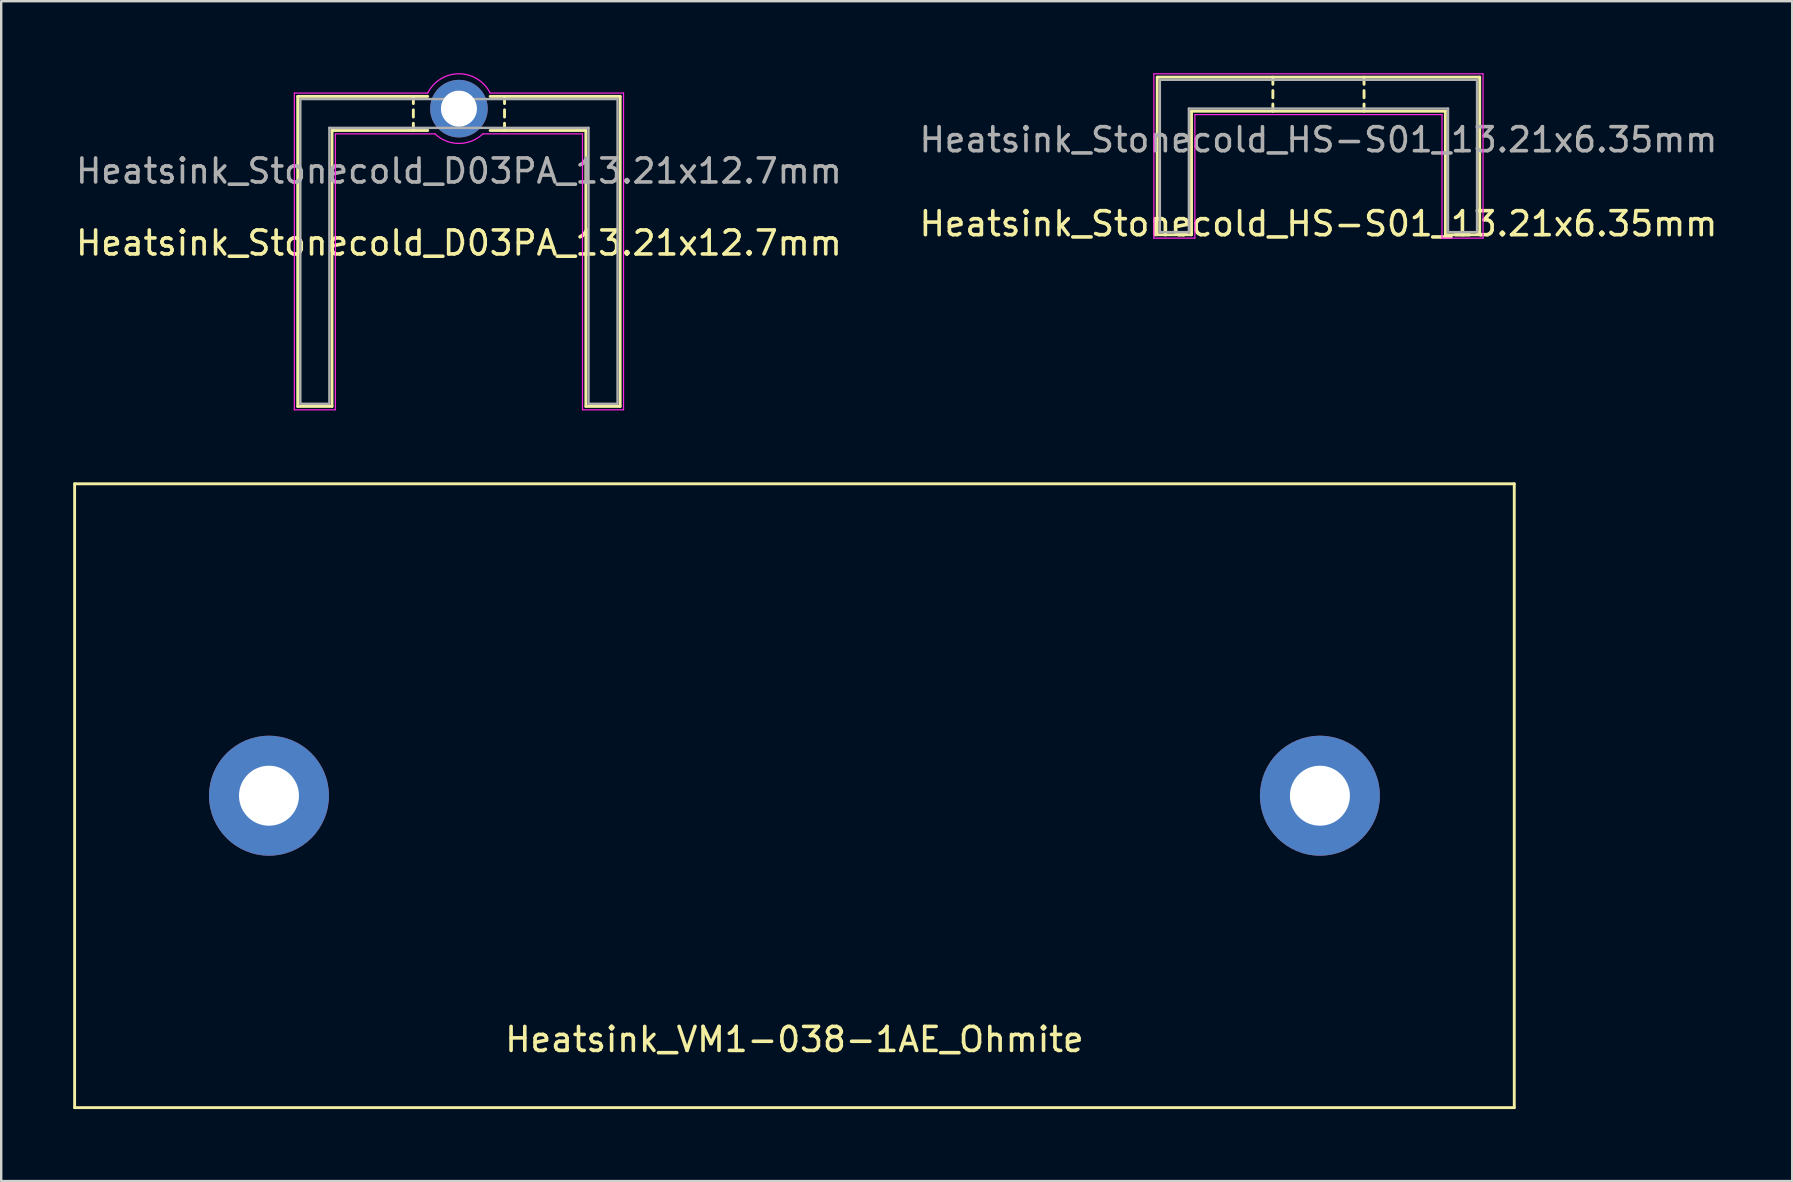
<source format=kicad_pcb>
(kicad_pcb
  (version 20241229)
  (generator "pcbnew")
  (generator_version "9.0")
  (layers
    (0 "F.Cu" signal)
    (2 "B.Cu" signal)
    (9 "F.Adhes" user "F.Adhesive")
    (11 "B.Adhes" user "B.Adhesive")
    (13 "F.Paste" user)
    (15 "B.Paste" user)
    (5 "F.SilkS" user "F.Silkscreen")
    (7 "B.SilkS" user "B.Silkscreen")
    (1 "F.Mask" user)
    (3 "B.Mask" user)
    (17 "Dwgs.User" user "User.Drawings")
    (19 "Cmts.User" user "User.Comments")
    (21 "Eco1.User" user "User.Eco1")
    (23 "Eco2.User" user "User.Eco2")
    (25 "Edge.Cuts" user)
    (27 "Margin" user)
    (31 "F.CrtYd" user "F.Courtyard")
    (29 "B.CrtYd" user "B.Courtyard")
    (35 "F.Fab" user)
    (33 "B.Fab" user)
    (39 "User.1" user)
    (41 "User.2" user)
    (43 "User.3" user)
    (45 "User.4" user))
  (footprint "Heatsink_Stonecold_D03PA_13.21x12.7mm"
    (layer "F.Cu")
    (at 16.077 1.478)
    (property "Reference" "Heatsink_Stonecold_D03PA_13.21x12.7mm" (at 0 5.6 0) (layer "F.SilkS") (effects (font (size 1 1) (thickness 0.15))))
    (attr through_hole)
    (fp_line (start -6.72 -0.51) (end -6.72 12.41) (stroke (width 0.12) (type solid)) (layer "F.SilkS"))
    (fp_line (start -6.72 -0.51) (end -1.3 -0.51) (stroke (width 0.12) (type solid)) (layer "F.SilkS"))
    (fp_line (start -6.72 12.41) (end -5.29 12.41) (stroke (width 0.12) (type solid)) (layer "F.SilkS"))
    (fp_line (start -5.29 0.91) (end -1.3 0.91) (stroke (width 0.12) (type solid)) (layer "F.SilkS"))
    (fp_line (start -5.29 12.41) (end -5.29 0.91) (stroke (width 0.12) (type solid)) (layer "F.SilkS"))
    (fp_line (start -1.9 -0.51) (end -1.9 -0.21) (stroke (width 0.12) (type solid)) (layer "F.SilkS"))
    (fp_line (start -1.9 0.05) (end -1.9 0.35) (stroke (width 0.12) (type solid)) (layer "F.SilkS"))
    (fp_line (start -1.9 0.61) (end -1.9 0.91) (stroke (width 0.12) (type solid)) (layer "F.SilkS"))
    (fp_line (start 1.3 -0.51) (end 6.72 -0.51) (stroke (width 0.12) (type solid)) (layer "F.SilkS"))
    (fp_line (start 1.3 0.91) (end 5.29 0.91) (stroke (width 0.12) (type solid)) (layer "F.SilkS"))
    (fp_line (start 1.9 -0.51) (end 1.9 -0.21) (stroke (width 0.12) (type solid)) (layer "F.SilkS"))
    (fp_line (start 1.9 0.05) (end 1.9 0.35) (stroke (width 0.12) (type solid)) (layer "F.SilkS"))
    (fp_line (start 1.9 0.61) (end 1.9 0.91) (stroke (width 0.12) (type solid)) (layer "F.SilkS"))
    (fp_line (start 5.29 0.91) (end 5.29 12.41) (stroke (width 0.12) (type solid)) (layer "F.SilkS"))
    (fp_line (start 5.29 12.41) (end 6.72 12.41) (stroke (width 0.12) (type solid)) (layer "F.SilkS"))
    (fp_line (start 6.72 -0.51) (end 6.72 12.41) (stroke (width 0.12) (type solid)) (layer "F.SilkS"))
    (fp_line (start -6.86 -0.65) (end -6.86 12.55) (stroke (width 0.05) (type solid)) (layer "F.CrtYd"))
    (fp_line (start -6.86 -0.65) (end -1.3 -0.65) (stroke (width 0.05) (type solid)) (layer "F.CrtYd"))
    (fp_line (start -6.86 12.55) (end -5.15 12.55) (stroke (width 0.05) (type solid)) (layer "F.CrtYd"))
    (fp_line (start -5.15 1.05) (end -5.15 12.55) (stroke (width 0.05) (type solid)) (layer "F.CrtYd"))
    (fp_line (start -5.15 1.05) (end -1 1.05) (stroke (width 0.05) (type solid)) (layer "F.CrtYd"))
    (fp_line (start 1 1.05) (end 5.15 1.05) (stroke (width 0.05) (type solid)) (layer "F.CrtYd"))
    (fp_line (start 1.3 -0.65) (end 6.86 -0.65) (stroke (width 0.05) (type solid)) (layer "F.CrtYd"))
    (fp_line (start 5.15 1.05) (end 5.15 12.55) (stroke (width 0.05) (type solid)) (layer "F.CrtYd"))
    (fp_line (start 5.15 12.55) (end 6.86 12.55) (stroke (width 0.05) (type solid)) (layer "F.CrtYd"))
    (fp_line (start 6.86 -0.65) (end 6.86 12.55) (stroke (width 0.05) (type solid)) (layer "F.CrtYd"))
    (fp_arc (start -1.3 -0.65) (mid 0 -1.453444) (end 1.3 -0.65) (stroke (width 0.05) (type solid)) (layer "F.CrtYd"))
    (fp_arc (start 1 1.05) (mid 0 1.45) (end -1 1.05) (stroke (width 0.05) (type solid)) (layer "F.CrtYd"))
    (fp_line (start -6.61 -0.4) (end -6.61 12.3) (stroke (width 0.1) (type solid)) (layer "F.Fab"))
    (fp_line (start -6.61 -0.4) (end 6.61 -0.4) (stroke (width 0.1) (type solid)) (layer "F.Fab"))
    (fp_line (start -6.61 12.3) (end -5.4 12.3) (stroke (width 0.1) (type solid)) (layer "F.Fab"))
    (fp_line (start -5.4 0.8) (end -5.4 12.3) (stroke (width 0.1) (type solid)) (layer "F.Fab"))
    (fp_line (start -5.4 0.8) (end 5.4 0.8) (stroke (width 0.1) (type solid)) (layer "F.Fab"))
    (fp_line (start 5.4 0.8) (end 5.4 12.3) (stroke (width 0.1) (type solid)) (layer "F.Fab"))
    (fp_line (start 5.4 12.3) (end 6.61 12.3) (stroke (width 0.1) (type solid)) (layer "F.Fab"))
    (fp_line (start 6.61 -0.4) (end 6.61 12.3) (stroke (width 0.1) (type solid)) (layer "F.Fab"))
    (fp_text user "${REFERENCE}" (at 0 2.6 0) (layer "F.Fab") (effects (font (size 1 1) (thickness 0.15))))
    (pad "1" thru_hole circle (at 0 0) (size 2.4 2.4) (drill 1.5) (layers "*.Cu" "*.Mask")))
  (footprint "Heatsink_Stonecold_HS-S01_13.21x6.35mm"
    (layer "F.Cu")
    (at 51.899 0.275)
    (property "Reference" "Heatsink_Stonecold_HS-S01_13.21x6.35mm" (at 0 6 0) (layer "F.SilkS") (effects (font (size 1 1) (thickness 0.15))))
    (attr exclude_from_pos_files exclude_from_bom)
    (fp_line (start -6.72 -0.11) (end -6.72 6.46) (stroke (width 0.12) (type solid)) (layer "F.SilkS"))
    (fp_line (start -6.72 -0.11) (end 6.72 -0.11) (stroke (width 0.12) (type solid)) (layer "F.SilkS"))
    (fp_line (start -6.72 6.46) (end -5.29 6.46) (stroke (width 0.12) (type solid)) (layer "F.SilkS"))
    (fp_line (start -5.29 1.31) (end 5.29 1.31) (stroke (width 0.12) (type solid)) (layer "F.SilkS"))
    (fp_line (start -5.29 6.46) (end -5.29 1.31) (stroke (width 0.12) (type solid)) (layer "F.SilkS"))
    (fp_line (start -1.9 -0.11) (end -1.9 0.19) (stroke (width 0.12) (type solid)) (layer "F.SilkS"))
    (fp_line (start -1.9 0.45) (end -1.9 0.75) (stroke (width 0.12) (type solid)) (layer "F.SilkS"))
    (fp_line (start -1.9 1.01) (end -1.9 1.31) (stroke (width 0.12) (type solid)) (layer "F.SilkS"))
    (fp_line (start 1.9 -0.11) (end 1.9 0.19) (stroke (width 0.12) (type solid)) (layer "F.SilkS"))
    (fp_line (start 1.9 0.45) (end 1.9 0.75) (stroke (width 0.12) (type solid)) (layer "F.SilkS"))
    (fp_line (start 1.9 1.01) (end 1.9 1.31) (stroke (width 0.12) (type solid)) (layer "F.SilkS"))
    (fp_line (start 5.29 1.31) (end 5.29 6.46) (stroke (width 0.12) (type solid)) (layer "F.SilkS"))
    (fp_line (start 5.29 6.46) (end 6.72 6.46) (stroke (width 0.12) (type solid)) (layer "F.SilkS"))
    (fp_line (start 6.72 -0.11) (end 6.72 6.46) (stroke (width 0.12) (type solid)) (layer "F.SilkS"))
    (fp_line (start -6.86 -0.25) (end -6.86 6.6) (stroke (width 0.05) (type solid)) (layer "F.CrtYd"))
    (fp_line (start -6.86 -0.25) (end 6.86 -0.25) (stroke (width 0.05) (type solid)) (layer "F.CrtYd"))
    (fp_line (start -6.86 6.6) (end -5.15 6.6) (stroke (width 0.05) (type solid)) (layer "F.CrtYd"))
    (fp_line (start -5.15 1.45) (end -5.15 6.6) (stroke (width 0.05) (type solid)) (layer "F.CrtYd"))
    (fp_line (start -5.15 1.45) (end 5.15 1.45) (stroke (width 0.05) (type solid)) (layer "F.CrtYd"))
    (fp_line (start 5.15 1.45) (end 5.15 6.6) (stroke (width 0.05) (type solid)) (layer "F.CrtYd"))
    (fp_line (start 5.15 6.6) (end 6.86 6.6) (stroke (width 0.05) (type solid)) (layer "F.CrtYd"))
    (fp_line (start 6.86 -0.25) (end 6.86 6.6) (stroke (width 0.05) (type solid)) (layer "F.CrtYd"))
    (fp_line (start -6.61 0) (end -6.61 6.35) (stroke (width 0.1) (type solid)) (layer "F.Fab"))
    (fp_line (start -6.61 0) (end 6.61 0) (stroke (width 0.1) (type solid)) (layer "F.Fab"))
    (fp_line (start -6.61 6.35) (end -5.4 6.35) (stroke (width 0.1) (type solid)) (layer "F.Fab"))
    (fp_line (start -5.4 1.2) (end -5.4 6.35) (stroke (width 0.1) (type solid)) (layer "F.Fab"))
    (fp_line (start -5.4 1.2) (end 5.4 1.2) (stroke (width 0.1) (type solid)) (layer "F.Fab"))
    (fp_line (start 5.4 1.2) (end 5.4 6.35) (stroke (width 0.1) (type solid)) (layer "F.Fab"))
    (fp_line (start 5.4 6.35) (end 6.61 6.35) (stroke (width 0.1) (type solid)) (layer "F.Fab"))
    (fp_line (start 6.61 0) (end 6.61 6.35) (stroke (width 0.1) (type solid)) (layer "F.Fab"))
    (fp_text user "${REFERENCE}" (at 0 2.5 0) (layer "F.Fab") (effects (font (size 1 1) (thickness 0.15)))))
  (footprint "Heatsink_VM1-038-1AE_Ohmite"
    (layer "F.Cu")
    (at 30.06 30.113)
    (property "Reference" "Heatsink_VM1-038-1AE_Ohmite" (at 0 10.16 0) (layer "F.SilkS") (effects (font (size 1 1) (thickness 0.15))))
    (attr through_hole)
    (fp_line (start -30 -13) (end 30 -13) (stroke (width 0.12) (type solid)) (layer "F.SilkS"))
    (fp_line (start -30 13) (end -30 -13) (stroke (width 0.12) (type solid)) (layer "F.SilkS"))
    (fp_line (start 30 -13) (end 30 13) (stroke (width 0.12) (type solid)) (layer "F.SilkS"))
    (fp_line (start 30 13) (end -30 13) (stroke (width 0.12) (type solid)) (layer "F.SilkS"))
    (fp_line (start -18 1) (end 19 1) (stroke (width 0.12) (type solid)) (layer "Eco1.User"))
    (pad "1" thru_hole circle (at -21.9 0) (size 5 5) (drill 2.5) (layers "*.Cu" "*.Mask"))
    (pad "1" thru_hole circle (at 21.9 0) (size 5 5) (drill 2.5) (layers "*.Cu" "*.Mask")))
  (gr_rect
    (start -3 -3)
    (end 71.643 46.173)
    (stroke (width 0.1) (type default))
    (fill no)
    (layer "Edge.Cuts")))
</source>
